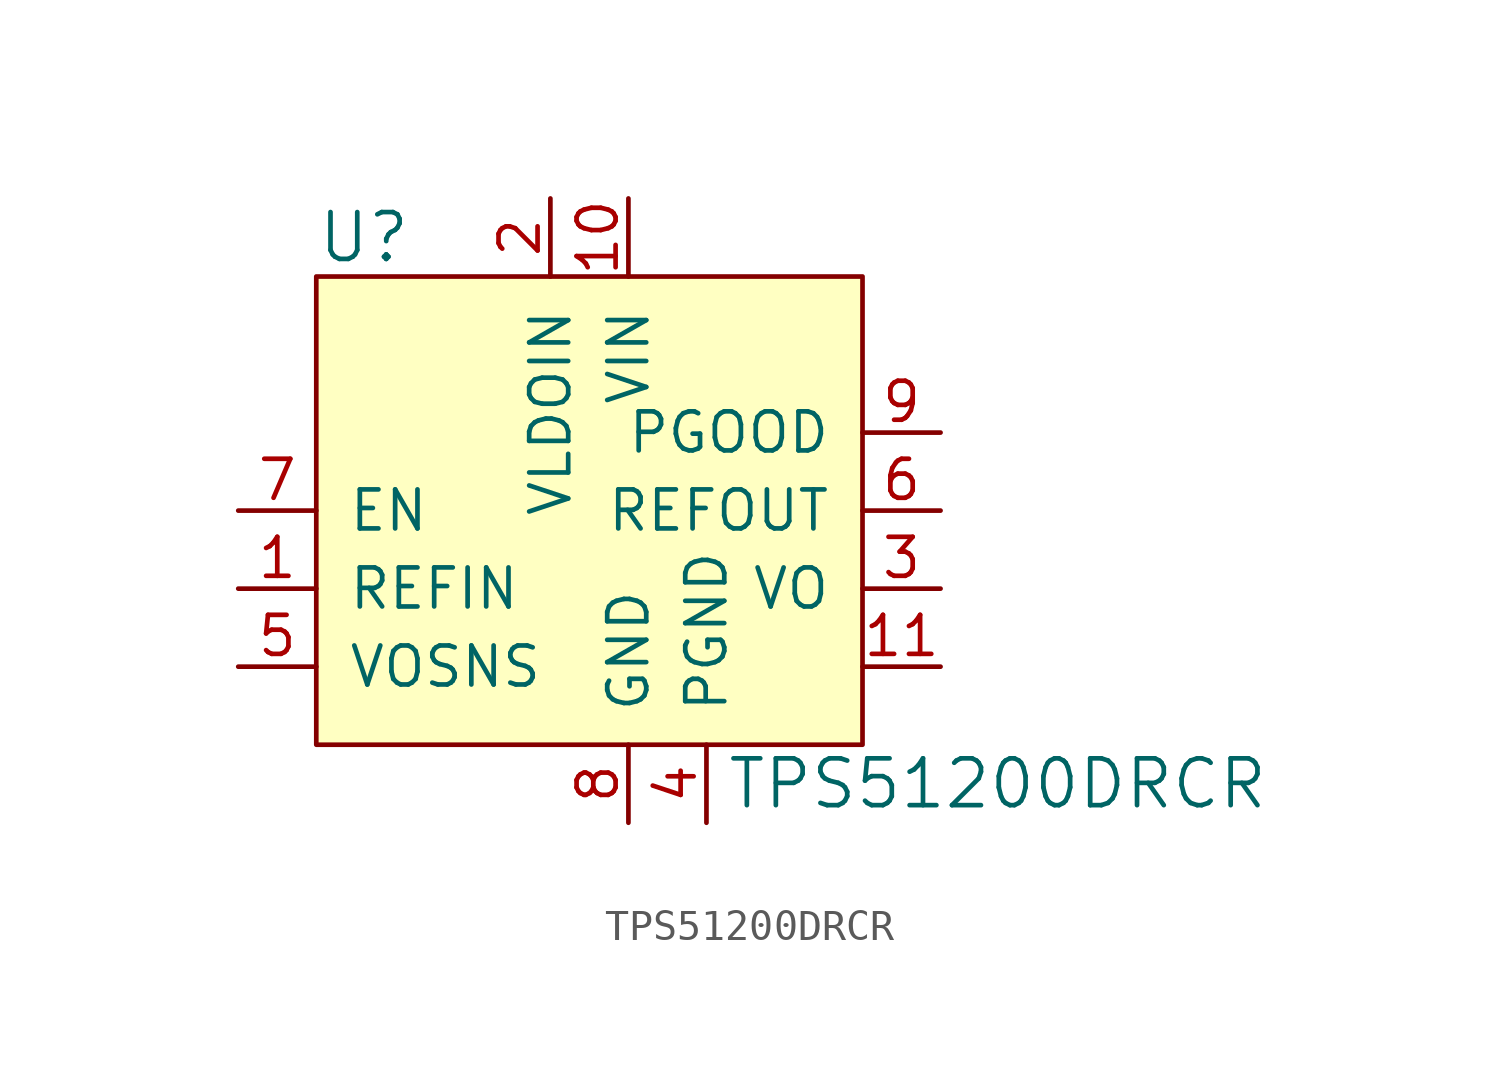
<source format=kicad_sym>
(kicad_symbol_lib
  (version 20211014)
  (generator kicad_symbol_editor)
  (symbol "TPS51200DRCR"
    (pin_names
      (offset 1.016))
    (property "Reference" "U"
      (at -10.16 8.89 0)
      (effects (font (size 1.524 1.524)) (justify left)))
    (property "Value" "TPS51200DRCR"
      (at 3.175 -8.89 0)
      (effects (font (size 1.524 1.524)) (justify left)))
    (symbol "TPS51200DRCR_0_1"
      (rectangle (start -10.16 7.62) (end 7.62 -7.62) (stroke (width 0) (type default) (color 0 0 0 0)) (fill (type background))))
    (symbol "TPS51200DRCR_1_1"
      (pin input line (at -12.7 -2.54 0) (length 2.54) (name "REFIN" (effects (font (size 1.27 1.27)))) (number "1" (effects (font (size 1.27 1.27)))))
      (pin power_in line (at 0 10.16 270) (length 2.54) (name "VIN" (effects (font (size 1.27 1.27)))) (number "10" (effects (font (size 1.27 1.27)))))
      (pin unspecified line (at 10.16 -5.08 180) (length 2.54) (name "~" (effects (font (size 1.27 1.27)))) (number "11" (effects (font (size 1.27 1.27)))))
      (pin power_in line (at -2.54 10.16 270) (length 2.54) (name "VLDOIN" (effects (font (size 1.27 1.27)))) (number "2" (effects (font (size 1.27 1.27)))))
      (pin output line (at 10.16 -2.54 180) (length 2.54) (name "VO" (effects (font (size 1.27 1.27)))) (number "3" (effects (font (size 1.27 1.27)))))
      (pin power_in line (at 2.54 -10.16 90) (length 2.54) (name "PGND" (effects (font (size 1.27 1.27)))) (number "4" (effects (font (size 1.27 1.27)))))
      (pin input line (at -12.7 -5.08 0) (length 2.54) (name "VOSNS" (effects (font (size 1.27 1.27)))) (number "5" (effects (font (size 1.27 1.27)))))
      (pin output line (at 10.16 0 180) (length 2.54) (name "REFOUT" (effects (font (size 1.27 1.27)))) (number "6" (effects (font (size 1.27 1.27)))))
      (pin input line (at -12.7 0 0) (length 2.54) (name "EN" (effects (font (size 1.27 1.27)))) (number "7" (effects (font (size 1.27 1.27)))))
      (pin power_in line (at 0 -10.16 90) (length 2.54) (name "GND" (effects (font (size 1.27 1.27)))) (number "8" (effects (font (size 1.27 1.27)))))
      (pin output line (at 10.16 2.54 180) (length 2.54) (name "PGOOD" (effects (font (size 1.27 1.27)))) (number "9" (effects (font (size 1.27 1.27))))))))
</source>
